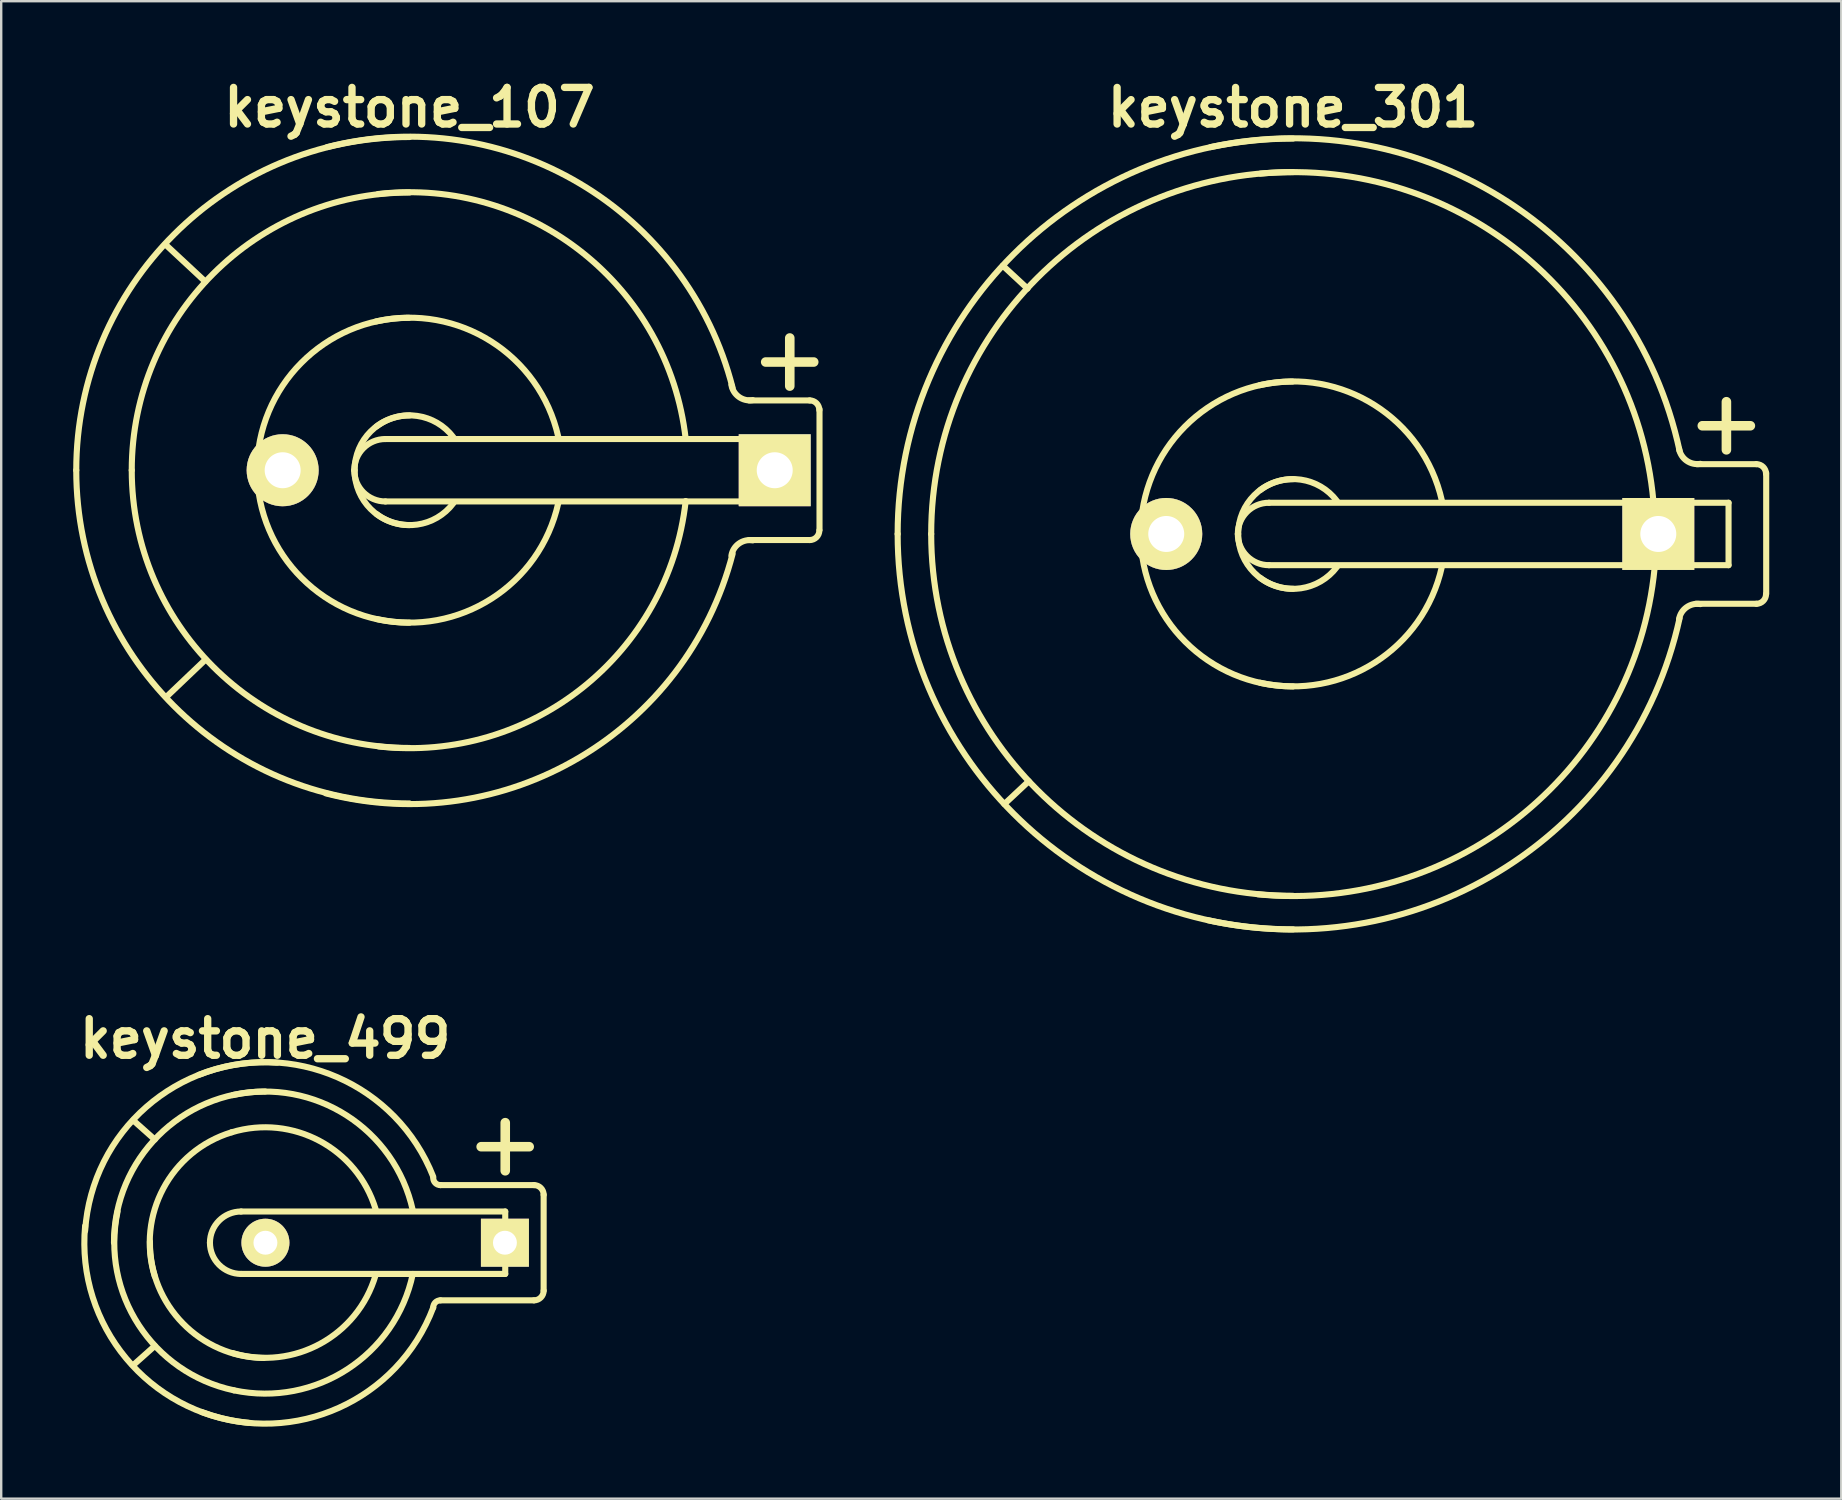
<source format=kicad_pcb>
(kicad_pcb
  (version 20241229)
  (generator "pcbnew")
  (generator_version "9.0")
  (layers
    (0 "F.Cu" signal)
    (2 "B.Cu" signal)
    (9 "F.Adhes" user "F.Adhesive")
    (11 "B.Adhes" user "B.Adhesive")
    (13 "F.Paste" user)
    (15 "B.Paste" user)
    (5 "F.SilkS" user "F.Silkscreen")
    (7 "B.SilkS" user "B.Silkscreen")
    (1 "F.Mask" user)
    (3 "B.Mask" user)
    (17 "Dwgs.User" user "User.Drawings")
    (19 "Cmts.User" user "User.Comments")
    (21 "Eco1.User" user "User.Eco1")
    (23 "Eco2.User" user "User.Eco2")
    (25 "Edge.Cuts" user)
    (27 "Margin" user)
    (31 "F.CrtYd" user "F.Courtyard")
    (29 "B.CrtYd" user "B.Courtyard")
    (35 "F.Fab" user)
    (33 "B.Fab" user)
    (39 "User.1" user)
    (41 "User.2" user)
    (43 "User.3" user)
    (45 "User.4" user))
  (footprint "keystone_107"
    (layer "F.Cu")
    (at 14.008 16.539)
    (property "Reference" "keystone_107" (at 0 -15.113 0) (layer "F.SilkS") (effects (font (size 1.524 1.524) (thickness 0.305))))
    (attr through_hole)
    (fp_line (start -8.509 -7.861) (end -10.173 -9.411) (stroke (width 0.254) (type solid)) (layer "F.SilkS"))
    (fp_line (start -8.496 7.887) (end -10.135 9.449) (stroke (width 0.254) (type solid)) (layer "F.SilkS"))
    (fp_line (start -1.001 -1.3) (end 15.199 -1.3) (stroke (width 0.254) (type solid)) (layer "F.SilkS"))
    (fp_line (start 14.839 -4.508) (end 16.84 -4.508) (stroke (width 0.399) (type solid)) (layer "F.SilkS"))
    (fp_line (start 15.199 1.3) (end -1.001 1.3) (stroke (width 0.254) (type solid)) (layer "F.SilkS"))
    (fp_line (start 15.207 -1.3) (end 15.207 1.3) (stroke (width 0.254) (type solid)) (layer "F.SilkS"))
    (fp_line (start 15.842 -3.505) (end 15.842 -5.509) (stroke (width 0.399) (type solid)) (layer "F.SilkS"))
    (fp_line (start 16.675 -2.908) (end 14.148 -2.908) (stroke (width 0.254) (type solid)) (layer "F.SilkS"))
    (fp_line (start 16.675 2.908) (end 14.148 2.908) (stroke (width 0.254) (type solid)) (layer "F.SilkS"))
    (fp_line (start 17.081 -2.54) (end 17.081 2.489) (stroke (width 0.254) (type solid)) (layer "F.SilkS"))
    (fp_arc (start -13.8811 0) (mid -9.81542 -9.81542) (end 0 -13.8811) (stroke (width 0.254) (type solid)) (layer "F.SilkS"))
    (fp_arc (start -11.5697 0) (mid -8.181013 -8.181013) (end 0 -11.5697) (stroke (width 0.254) (type solid)) (layer "F.SilkS"))
    (fp_arc (start -6.35 0.0254) (mid -4.508089 -4.472168) (end -0.0254 -6.35) (stroke (width 0.254) (type solid)) (layer "F.SilkS"))
    (fp_arc (start -3.429 -13.462) (mid 7.094402 -11.943741) (end 13.462 -3.429) (stroke (width 0.254) (type solid)) (layer "F.SilkS"))
    (fp_arc (start -2.30124 0) (mid -1.920338 -0.919578) (end -1.00076 -1.30048) (stroke (width 0.254) (type solid)) (layer "F.SilkS"))
    (fp_arc (start -2.286 0) (mid -1.616446 -1.616446) (end 0 -2.286) (stroke (width 0.254) (type solid)) (layer "F.SilkS"))
    (fp_arc (start -1.397 -6.1976) (mid 3.394537 -5.370193) (end 6.1976 -1.397) (stroke (width 0.254) (type solid)) (layer "F.SilkS"))
    (fp_arc (start -1.3716 -1.8288) (mid 0.323289 -2.263025) (end 1.8288 -1.3716) (stroke (width 0.254) (type solid)) (layer "F.SilkS"))
    (fp_arc (start -1.3081 -11.5062) (mid 7.211146 -9.061078) (end 11.5062 -1.3081) (stroke (width 0.254) (type solid)) (layer "F.SilkS"))
    (fp_arc (start -1.00076 1.30048) (mid -1.920338 0.919578) (end -2.30124 0) (stroke (width 0.254) (type solid)) (layer "F.SilkS"))
    (fp_arc (start 0 2.286) (mid -1.616446 1.616446) (end -2.286 0) (stroke (width 0.254) (type solid)) (layer "F.SilkS"))
    (fp_arc (start 0 6.35) (mid -4.490128 4.490128) (end -6.35 0) (stroke (width 0.254) (type solid)) (layer "F.SilkS"))
    (fp_arc (start 0 11.5697) (mid -8.181013 8.181013) (end -11.5697 0) (stroke (width 0.254) (type solid)) (layer "F.SilkS"))
    (fp_arc (start 0 13.8811) (mid -9.81542 9.81542) (end -13.8811 0) (stroke (width 0.254) (type solid)) (layer "F.SilkS"))
    (fp_arc (start 1.8288 1.3716) (mid 0.323289 2.263025) (end -1.3716 1.8288) (stroke (width 0.254) (type solid)) (layer "F.SilkS"))
    (fp_arc (start 6.1976 1.3716) (mid 3.412497 5.352233) (end -1.3716 6.1976) (stroke (width 0.254) (type solid)) (layer "F.SilkS"))
    (fp_arc (start 11.5062 1.2827) (mid 7.229106 9.043118) (end -1.2827 11.5062) (stroke (width 0.254) (type solid)) (layer "F.SilkS"))
    (fp_arc (start 13.4112 3.556) (mid 13.724187 3.054382) (end 14.3002 2.921) (stroke (width 0.254) (type solid)) (layer "F.SilkS"))
    (fp_arc (start 13.462 3.4798) (mid 7.058481 11.979662) (end -3.4798 13.462) (stroke (width 0.254) (type solid)) (layer "F.SilkS"))
    (fp_arc (start 14.3002 -2.921) (mid 13.724187 -3.054382) (end 13.4112 -3.556) (stroke (width 0.254) (type solid)) (layer "F.SilkS"))
    (fp_arc (start 16.67256 -2.9083) (mid 16.956336 -2.790756) (end 17.07388 -2.50698) (stroke (width 0.254) (type solid)) (layer "F.SilkS"))
    (fp_arc (start 17.07388 2.50698) (mid 16.956336 2.790756) (end 16.67256 2.9083) (stroke (width 0.254) (type solid)) (layer "F.SilkS"))
    (pad "1" thru_hole rect (at 15.215 0) (size 2.997 2.997) (drill 1.499) (layers "*.Cu" "*.Mask" "F.SilkS"))
    (pad "2" thru_hole circle (at -5.283 0) (size 3 3) (drill 1.499) (layers "*.Cu" "*.Mask" "F.SilkS")))
  (footprint "keystone_499"
    (layer "F.Cu")
    (at 7.997 48.719)
    (property "Reference" "keystone_499" (at 0 -8.499 0) (layer "F.SilkS") (effects (font (size 1.524 1.524) (thickness 0.305))))
    (attr through_hole)
    (fp_line (start -5.499 -5.1) (end -4.6 -4.3) (stroke (width 0.254) (type solid)) (layer "F.SilkS"))
    (fp_line (start -5.499 5.1) (end -4.6 4.3) (stroke (width 0.254) (type solid)) (layer "F.SilkS"))
    (fp_line (start -1.001 -1.3) (end 10 -1.3) (stroke (width 0.254) (type solid)) (layer "F.SilkS"))
    (fp_line (start 8.997 -4) (end 10.998 -4) (stroke (width 0.399) (type solid)) (layer "F.SilkS"))
    (fp_line (start 10 -2.997) (end 10 -5.001) (stroke (width 0.399) (type solid)) (layer "F.SilkS"))
    (fp_line (start 10 -1.3) (end 10 1.3) (stroke (width 0.254) (type solid)) (layer "F.SilkS"))
    (fp_line (start 10 1.3) (end -1.001 1.3) (stroke (width 0.254) (type solid)) (layer "F.SilkS"))
    (fp_line (start 11.199 -2.4) (end 7.3 -2.4) (stroke (width 0.254) (type solid)) (layer "F.SilkS"))
    (fp_line (start 11.199 2.4) (end 7.3 2.4) (stroke (width 0.254) (type solid)) (layer "F.SilkS"))
    (fp_line (start 11.6 1.999) (end 11.6 -1.999) (stroke (width 0.254) (type solid)) (layer "F.SilkS"))
    (fp_arc (start -7.50062 -0.50038) (mid -4.949917 -5.657561) (end 0.50038 -7.50062) (stroke (width 0.254) (type solid)) (layer "F.SilkS"))
    (fp_arc (start -6.2992 0) (mid -4.454207 -4.454207) (end 0 -6.2992) (stroke (width 0.254) (type solid)) (layer "F.SilkS"))
    (fp_arc (start -4.59994 1.39954) (mid -4.242273 -2.263025) (end -1.39954 -4.59994) (stroke (width 0.254) (type solid)) (layer "F.SilkS"))
    (fp_arc (start -2.75082 -7.00024) (mid 3.004794 -6.895041) (end 7.00024 -2.75082) (stroke (width 0.254) (type solid)) (layer "F.SilkS"))
    (fp_arc (start -2.30124 0) (mid -1.920338 -0.919578) (end -1.00076 -1.30048) (stroke (width 0.254) (type solid)) (layer "F.SilkS"))
    (fp_arc (start -1.39954 -4.59994) (mid 2.263025 -4.242273) (end 4.59994 -1.39954) (stroke (width 0.254) (type solid)) (layer "F.SilkS"))
    (fp_arc (start -1.34874 -6.14934) (mid 3.394537 -5.301943) (end 6.14934 -1.34874) (stroke (width 0.254) (type solid)) (layer "F.SilkS"))
    (fp_arc (start -1.30048 6.14934) (mid -5.267818 3.428662) (end -6.14934 -1.30048) (stroke (width 0.254) (type solid)) (layer "F.SilkS"))
    (fp_arc (start -1.00076 1.30048) (mid -1.920338 0.919578) (end -2.30124 0) (stroke (width 0.254) (type solid)) (layer "F.SilkS"))
    (fp_arc (start -0.70104 7.50062) (mid -5.799449 4.808029) (end -7.50062 -0.70104) (stroke (width 0.254) (type solid)) (layer "F.SilkS"))
    (fp_arc (start -0.0508 4.8006) (mid -3.430458 3.358616) (end -4.8006 -0.0508) (stroke (width 0.254) (type solid)) (layer "F.SilkS"))
    (fp_arc (start 4.59994 1.34874) (mid 2.298946 4.206352) (end -1.34874 4.59994) (stroke (width 0.254) (type solid)) (layer "F.SilkS"))
    (fp_arc (start 6.14934 1.30048) (mid 3.428662 5.267818) (end -1.30048 6.14934) (stroke (width 0.254) (type solid)) (layer "F.SilkS"))
    (fp_arc (start 7.00024 2.70002) (mid 3.076636 6.873999) (end -2.64922 7.05104) (stroke (width 0.254) (type solid)) (layer "F.SilkS"))
    (fp_arc (start 7.00024 2.70002) (mid 7.088026 2.488086) (end 7.29996 2.4003) (stroke (width 0.254) (type solid)) (layer "F.SilkS"))
    (fp_arc (start 7.29996 -2.4003) (mid 7.088026 -2.488086) (end 7.00024 -2.70002) (stroke (width 0.254) (type solid)) (layer "F.SilkS"))
    (fp_arc (start 11.19886 -2.4003) (mid 11.482636 -2.282756) (end 11.60018 -1.99898) (stroke (width 0.254) (type solid)) (layer "F.SilkS"))
    (fp_arc (start 11.60018 1.99898) (mid 11.482636 2.282756) (end 11.19886 2.4003) (stroke (width 0.254) (type solid)) (layer "F.SilkS"))
    (pad "1" thru_hole rect (at 9.987 0) (size 1.999 1.999) (drill 0.996) (layers "*.Cu" "*.Mask" "F.SilkS"))
    (pad "2" thru_hole circle (at 0.01 0) (size 1.999 1.999) (drill 0.996) (layers "*.Cu" "*.Mask" "F.SilkS")))
  (footprint "keystone_301"
    (layer "F.Cu")
    (at 50.816 19.194)
    (property "Reference" "keystone_301" (at 0 -17.767 0) (layer "F.SilkS") (effects (font (size 1.524 1.524) (thickness 0.305))))
    (attr through_hole)
    (fp_line (start -11.062 -10.223) (end -12.09 -11.176) (stroke (width 0.254) (type solid)) (layer "F.SilkS"))
    (fp_line (start -11.011 10.3) (end -12.027 11.252) (stroke (width 0.254) (type solid)) (layer "F.SilkS"))
    (fp_line (start -1.001 -1.3) (end 15.199 -1.3) (stroke (width 0.254) (type solid)) (layer "F.SilkS"))
    (fp_line (start 14.732 -1.3) (end 18.141 -1.3) (stroke (width 0.254) (type solid)) (layer "F.SilkS"))
    (fp_line (start 15.199 1.3) (end -1.001 1.3) (stroke (width 0.254) (type solid)) (layer "F.SilkS"))
    (fp_line (start 15.215 1.3) (end 18.141 1.3) (stroke (width 0.254) (type solid)) (layer "F.SilkS"))
    (fp_line (start 17.048 -4.508) (end 19.05 -4.508) (stroke (width 0.399) (type solid)) (layer "F.SilkS"))
    (fp_line (start 18.052 -3.505) (end 18.052 -5.509) (stroke (width 0.399) (type solid)) (layer "F.SilkS"))
    (fp_line (start 18.141 -1.3) (end 18.141 1.3) (stroke (width 0.254) (type solid)) (layer "F.SilkS"))
    (fp_line (start 19.291 -2.908) (end 16.828 -2.908) (stroke (width 0.254) (type solid)) (layer "F.SilkS"))
    (fp_line (start 19.304 2.908) (end 16.777 2.908) (stroke (width 0.254) (type solid)) (layer "F.SilkS"))
    (fp_line (start 19.71 -2.54) (end 19.71 2.489) (stroke (width 0.254) (type solid)) (layer "F.SilkS"))
    (fp_arc (start -16.4719 0) (mid -11.647392 -11.647392) (end 0 -16.4719) (stroke (width 0.254) (type solid)) (layer "F.SilkS"))
    (fp_arc (start -15.0749 0) (mid -10.659564 -10.659564) (end 0 -15.0749) (stroke (width 0.254) (type solid)) (layer "F.SilkS"))
    (fp_arc (start -6.35 0.0254) (mid -4.508089 -4.472168) (end -0.0254 -6.35) (stroke (width 0.254) (type solid)) (layer "F.SilkS"))
    (fp_arc (start -3.4417 -16.1163) (mid 8.953315 -13.833314) (end 16.1036 -3.4544) (stroke (width 0.254) (type solid)) (layer "F.SilkS"))
    (fp_arc (start -2.30124 0) (mid -1.920338 -0.919578) (end -1.00076 -1.30048) (stroke (width 0.254) (type solid)) (layer "F.SilkS"))
    (fp_arc (start -2.286 0) (mid -1.616446 -1.616446) (end 0 -2.286) (stroke (width 0.254) (type solid)) (layer "F.SilkS"))
    (fp_arc (start -1.397 -6.1976) (mid 3.394537 -5.370193) (end 6.1976 -1.397) (stroke (width 0.254) (type solid)) (layer "F.SilkS"))
    (fp_arc (start -1.3716 -1.8288) (mid 0.323289 -2.263025) (end 1.8288 -1.3716) (stroke (width 0.254) (type solid)) (layer "F.SilkS"))
    (fp_arc (start -1.3589 -15.0114) (mid 9.653775 -11.57555) (end 15.0114 -1.3589) (stroke (width 0.254) (type solid)) (layer "F.SilkS"))
    (fp_arc (start -1.00076 1.30048) (mid -1.920338 0.919578) (end -2.30124 0) (stroke (width 0.254) (type solid)) (layer "F.SilkS"))
    (fp_arc (start 0 2.286) (mid -1.616446 1.616446) (end -2.286 0) (stroke (width 0.254) (type solid)) (layer "F.SilkS"))
    (fp_arc (start 0 6.35) (mid -4.490128 4.490128) (end -6.35 0) (stroke (width 0.254) (type solid)) (layer "F.SilkS"))
    (fp_arc (start 0 15.0749) (mid -10.659564 10.659564) (end -15.0749 0) (stroke (width 0.254) (type solid)) (layer "F.SilkS"))
    (fp_arc (start 0 16.4719) (mid -11.647392 11.647392) (end -16.4719 0) (stroke (width 0.254) (type solid)) (layer "F.SilkS"))
    (fp_arc (start 1.8288 1.3716) (mid 0.323289 2.263025) (end -1.3716 1.8288) (stroke (width 0.254) (type solid)) (layer "F.SilkS"))
    (fp_arc (start 6.1976 1.3716) (mid 3.412497 5.352233) (end -1.3716 6.1976) (stroke (width 0.254) (type solid)) (layer "F.SilkS"))
    (fp_arc (start 15.0622 1.4097) (mid 9.617854 11.632513) (end -1.4605 15.0114) (stroke (width 0.254) (type solid)) (layer "F.SilkS"))
    (fp_arc (start 16.0782 3.556) (mid 16.391187 3.054382) (end 16.9672 2.921) (stroke (width 0.254) (type solid)) (layer "F.SilkS"))
    (fp_arc (start 16.1036 3.5052) (mid 8.886734 13.867056) (end -3.5433 16.0909) (stroke (width 0.254) (type solid)) (layer "F.SilkS"))
    (fp_arc (start 16.9672 -2.921) (mid 16.391187 -3.054382) (end 16.0782 -3.556) (stroke (width 0.254) (type solid)) (layer "F.SilkS"))
    (fp_arc (start 19.30146 -2.9083) (mid 19.585236 -2.790756) (end 19.70278 -2.50698) (stroke (width 0.254) (type solid)) (layer "F.SilkS"))
    (fp_arc (start 19.70278 2.50698) (mid 19.585236 2.790756) (end 19.30146 2.9083) (stroke (width 0.254) (type solid)) (layer "F.SilkS"))
    (pad "1" thru_hole rect (at 15.215 0) (size 2.997 2.997) (drill 1.499) (layers "*.Cu" "*.Mask" "F.SilkS"))
    (pad "2" thru_hole circle (at -5.283 0) (size 3 3) (drill 1.499) (layers "*.Cu" "*.Mask" "F.SilkS")))
  (gr_rect
    (start -3 -3)
    (end 73.653 59.382)
    (stroke (width 0.1) (type default))
    (fill no)
    (layer "Edge.Cuts")))
</source>
